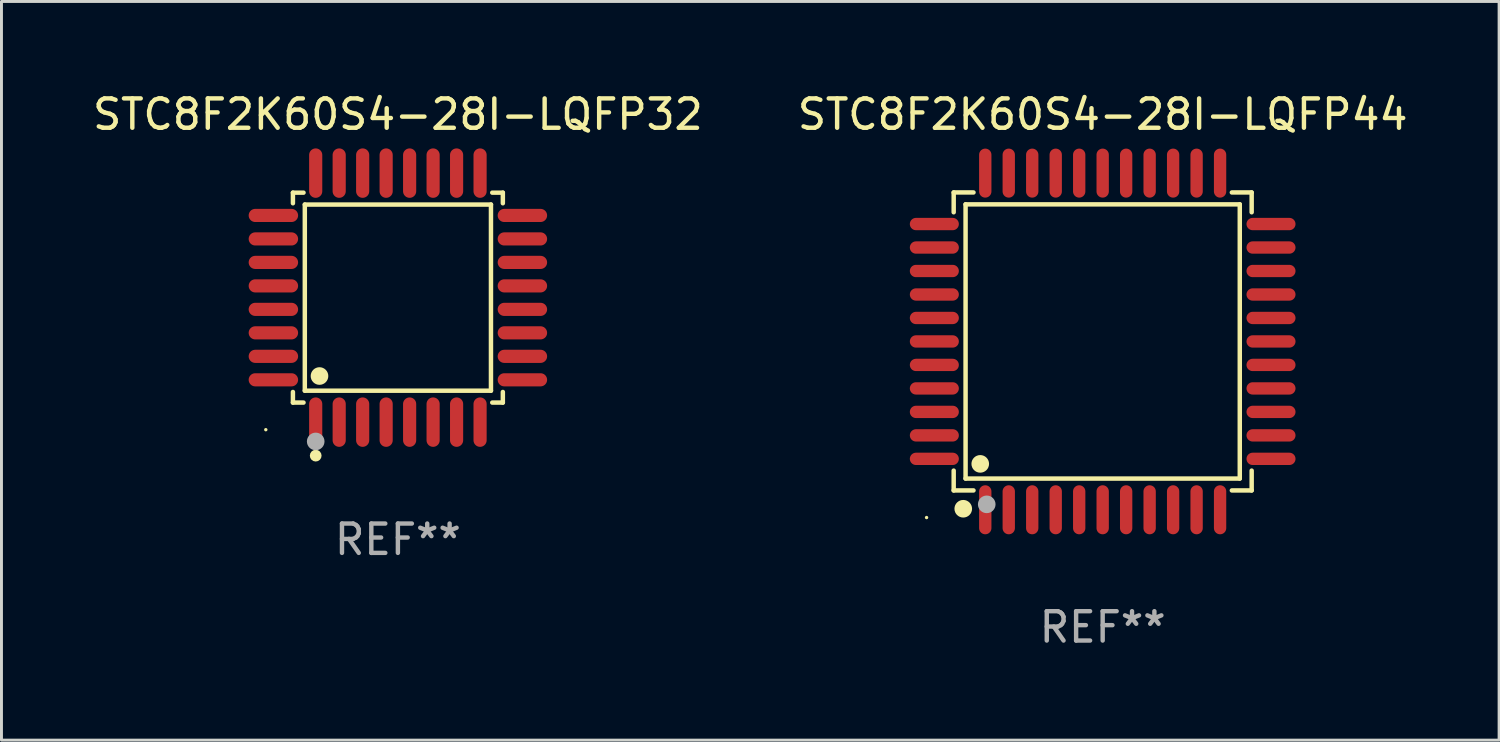
<source format=kicad_pcb>
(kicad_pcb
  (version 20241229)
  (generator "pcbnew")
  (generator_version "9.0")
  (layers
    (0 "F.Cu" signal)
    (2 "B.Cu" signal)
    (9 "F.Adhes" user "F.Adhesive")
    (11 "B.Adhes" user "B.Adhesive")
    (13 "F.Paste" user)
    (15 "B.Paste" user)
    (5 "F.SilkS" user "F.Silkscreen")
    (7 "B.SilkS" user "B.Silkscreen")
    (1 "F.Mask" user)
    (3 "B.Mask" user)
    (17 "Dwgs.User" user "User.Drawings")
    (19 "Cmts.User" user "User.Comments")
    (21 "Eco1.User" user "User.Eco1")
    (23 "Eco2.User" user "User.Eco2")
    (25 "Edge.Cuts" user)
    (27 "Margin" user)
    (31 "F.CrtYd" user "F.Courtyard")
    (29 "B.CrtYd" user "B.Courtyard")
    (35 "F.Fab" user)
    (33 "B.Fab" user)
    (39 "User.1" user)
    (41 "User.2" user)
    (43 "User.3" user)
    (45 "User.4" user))
  (footprint "STC8F2K60S4-28I-LQFP44"
    (layer "F.Cu")
    (at 34.518 8.583)
    (property "Reference" "STC8F2K60S4-28I-LQFP44" (at 0 -7.735 0) (layer "F.SilkS") (effects (font (size 1 1) (thickness 0.15))))
    (attr through_hole)
    (fp_line (start -5.076 -5.076) (end -4.401 -5.076) (stroke (width 0.152) (type solid)) (layer "F.SilkS"))
    (fp_line (start -5.076 -4.401) (end -5.076 -5.076) (stroke (width 0.152) (type solid)) (layer "F.SilkS"))
    (fp_line (start -5.076 4.401) (end -5.076 5.076) (stroke (width 0.152) (type solid)) (layer "F.SilkS"))
    (fp_line (start -5.076 5.076) (end -4.401 5.076) (stroke (width 0.152) (type solid)) (layer "F.SilkS"))
    (fp_line (start -4.671 -4.671) (end 4.671 -4.671) (stroke (width 0.152) (type solid)) (layer "F.SilkS"))
    (fp_line (start -4.671 4.671) (end -4.671 -4.671) (stroke (width 0.152) (type solid)) (layer "F.SilkS"))
    (fp_line (start 4.671 -4.671) (end 4.671 4.671) (stroke (width 0.152) (type solid)) (layer "F.SilkS"))
    (fp_line (start 4.671 4.671) (end -4.671 4.671) (stroke (width 0.152) (type solid)) (layer "F.SilkS"))
    (fp_line (start 5.076 -5.076) (end 4.401 -5.076) (stroke (width 0.152) (type solid)) (layer "F.SilkS"))
    (fp_line (start 5.076 -4.401) (end 5.076 -5.076) (stroke (width 0.152) (type solid)) (layer "F.SilkS"))
    (fp_line (start 5.076 4.401) (end 5.076 5.076) (stroke (width 0.152) (type solid)) (layer "F.SilkS"))
    (fp_line (start 5.076 5.076) (end 4.401 5.076) (stroke (width 0.152) (type solid)) (layer "F.SilkS"))
    (fp_circle (center -6 6) (end -5.97 6) (stroke (width 0.06) (type solid)) (fill no) (layer "F.SilkS"))
    (fp_circle (center -4.75 5.7) (end -4.6 5.7) (stroke (width 0.3) (type solid)) (fill no) (layer "F.SilkS"))
    (fp_circle (center -4.171 4.171) (end -4.021 4.171) (stroke (width 0.3) (type solid)) (fill no) (layer "F.SilkS"))
    (fp_circle (center -3.95 5.55) (end -3.8 5.55) (stroke (width 0.3) (type solid)) (fill no) (layer "F.Fab"))
    (fp_text user "REF**" (at 0 9.735 0) (layer "F.Fab") (effects (font (size 1 1) (thickness 0.15))))
    (pad "1" smd oval (at -4 5.735) (size 0.42 1.67) (layers "F.Cu" "F.Mask" "F.Paste"))
    (pad "2" smd oval (at -3.2 5.735) (size 0.42 1.67) (layers "F.Cu" "F.Mask" "F.Paste"))
    (pad "3" smd oval (at -2.4 5.735) (size 0.42 1.67) (layers "F.Cu" "F.Mask" "F.Paste"))
    (pad "4" smd oval (at -1.6 5.735) (size 0.42 1.67) (layers "F.Cu" "F.Mask" "F.Paste"))
    (pad "5" smd oval (at -0.8 5.735) (size 0.42 1.67) (layers "F.Cu" "F.Mask" "F.Paste"))
    (pad "6" smd oval (at 0 5.735) (size 0.42 1.67) (layers "F.Cu" "F.Mask" "F.Paste"))
    (pad "7" smd oval (at 0.8 5.735) (size 0.42 1.67) (layers "F.Cu" "F.Mask" "F.Paste"))
    (pad "8" smd oval (at 1.6 5.735) (size 0.42 1.67) (layers "F.Cu" "F.Mask" "F.Paste"))
    (pad "9" smd oval (at 2.4 5.735) (size 0.42 1.67) (layers "F.Cu" "F.Mask" "F.Paste"))
    (pad "10" smd oval (at 3.2 5.735) (size 0.42 1.67) (layers "F.Cu" "F.Mask" "F.Paste"))
    (pad "11" smd oval (at 4 5.735) (size 0.42 1.67) (layers "F.Cu" "F.Mask" "F.Paste"))
    (pad "12" smd oval (at 5.735 4) (size 1.67 0.42) (layers "F.Cu" "F.Mask" "F.Paste"))
    (pad "13" smd oval (at 5.735 3.2) (size 1.67 0.42) (layers "F.Cu" "F.Mask" "F.Paste"))
    (pad "14" smd oval (at 5.735 2.4) (size 1.67 0.42) (layers "F.Cu" "F.Mask" "F.Paste"))
    (pad "15" smd oval (at 5.735 1.6) (size 1.67 0.42) (layers "F.Cu" "F.Mask" "F.Paste"))
    (pad "16" smd oval (at 5.735 0.8) (size 1.67 0.42) (layers "F.Cu" "F.Mask" "F.Paste"))
    (pad "17" smd oval (at 5.735 0) (size 1.67 0.42) (layers "F.Cu" "F.Mask" "F.Paste"))
    (pad "18" smd oval (at 5.735 -0.8) (size 1.67 0.42) (layers "F.Cu" "F.Mask" "F.Paste"))
    (pad "19" smd oval (at 5.735 -1.6) (size 1.67 0.42) (layers "F.Cu" "F.Mask" "F.Paste"))
    (pad "20" smd oval (at 5.735 -2.4) (size 1.67 0.42) (layers "F.Cu" "F.Mask" "F.Paste"))
    (pad "21" smd oval (at 5.735 -3.2) (size 1.67 0.42) (layers "F.Cu" "F.Mask" "F.Paste"))
    (pad "22" smd oval (at 5.735 -4) (size 1.67 0.42) (layers "F.Cu" "F.Mask" "F.Paste"))
    (pad "23" smd oval (at 4 -5.735) (size 0.42 1.67) (layers "F.Cu" "F.Mask" "F.Paste"))
    (pad "24" smd oval (at 3.2 -5.735) (size 0.42 1.67) (layers "F.Cu" "F.Mask" "F.Paste"))
    (pad "25" smd oval (at 2.4 -5.735) (size 0.42 1.67) (layers "F.Cu" "F.Mask" "F.Paste"))
    (pad "26" smd oval (at 1.6 -5.735) (size 0.42 1.67) (layers "F.Cu" "F.Mask" "F.Paste"))
    (pad "27" smd oval (at 0.8 -5.735) (size 0.42 1.67) (layers "F.Cu" "F.Mask" "F.Paste"))
    (pad "28" smd oval (at 0 -5.735) (size 0.42 1.67) (layers "F.Cu" "F.Mask" "F.Paste"))
    (pad "29" smd oval (at -0.8 -5.735) (size 0.42 1.67) (layers "F.Cu" "F.Mask" "F.Paste"))
    (pad "30" smd oval (at -1.6 -5.735) (size 0.42 1.67) (layers "F.Cu" "F.Mask" "F.Paste"))
    (pad "31" smd oval (at -2.4 -5.735) (size 0.42 1.67) (layers "F.Cu" "F.Mask" "F.Paste"))
    (pad "32" smd oval (at -3.2 -5.735) (size 0.42 1.67) (layers "F.Cu" "F.Mask" "F.Paste"))
    (pad "33" smd oval (at -4 -5.735) (size 0.42 1.67) (layers "F.Cu" "F.Mask" "F.Paste"))
    (pad "34" smd oval (at -5.735 -4) (size 1.67 0.42) (layers "F.Cu" "F.Mask" "F.Paste"))
    (pad "35" smd oval (at -5.735 -3.2) (size 1.67 0.42) (layers "F.Cu" "F.Mask" "F.Paste"))
    (pad "36" smd oval (at -5.735 -2.4) (size 1.67 0.42) (layers "F.Cu" "F.Mask" "F.Paste"))
    (pad "37" smd oval (at -5.735 -1.6) (size 1.67 0.42) (layers "F.Cu" "F.Mask" "F.Paste"))
    (pad "38" smd oval (at -5.735 -0.8) (size 1.67 0.42) (layers "F.Cu" "F.Mask" "F.Paste"))
    (pad "39" smd oval (at -5.735 0) (size 1.67 0.42) (layers "F.Cu" "F.Mask" "F.Paste"))
    (pad "40" smd oval (at -5.735 0.8) (size 1.67 0.42) (layers "F.Cu" "F.Mask" "F.Paste"))
    (pad "41" smd oval (at -5.735 1.6) (size 1.67 0.42) (layers "F.Cu" "F.Mask" "F.Paste"))
    (pad "42" smd oval (at -5.735 2.4) (size 1.67 0.42) (layers "F.Cu" "F.Mask" "F.Paste"))
    (pad "43" smd oval (at -5.735 3.2) (size 1.67 0.42) (layers "F.Cu" "F.Mask" "F.Paste"))
    (pad "44" smd oval (at -5.735 4) (size 1.67 0.42) (layers "F.Cu" "F.Mask" "F.Paste")))
  (footprint "STC8F2K60S4-28I-LQFP32"
    (layer "F.Cu")
    (at 10.506 7.09)
    (property "Reference" "STC8F2K60S4-28I-LQFP32" (at 0 -6.242 0) (layer "F.SilkS") (effects (font (size 1 1) (thickness 0.15))))
    (attr through_hole)
    (fp_line (start -3.576 -3.576) (end -3.215 -3.576) (stroke (width 0.152) (type solid)) (layer "F.SilkS"))
    (fp_line (start -3.576 -3.215) (end -3.576 -3.576) (stroke (width 0.152) (type solid)) (layer "F.SilkS"))
    (fp_line (start -3.576 3.215) (end -3.576 3.576) (stroke (width 0.152) (type solid)) (layer "F.SilkS"))
    (fp_line (start -3.576 3.576) (end -3.215 3.576) (stroke (width 0.152) (type solid)) (layer "F.SilkS"))
    (fp_line (start -3.171 -3.171) (end 3.171 -3.171) (stroke (width 0.152) (type solid)) (layer "F.SilkS"))
    (fp_line (start -3.171 3.171) (end -3.171 -3.171) (stroke (width 0.152) (type solid)) (layer "F.SilkS"))
    (fp_line (start 3.171 -3.171) (end 3.171 3.171) (stroke (width 0.152) (type solid)) (layer "F.SilkS"))
    (fp_line (start 3.171 3.171) (end -3.171 3.171) (stroke (width 0.152) (type solid)) (layer "F.SilkS"))
    (fp_line (start 3.576 -3.576) (end 3.215 -3.576) (stroke (width 0.152) (type solid)) (layer "F.SilkS"))
    (fp_line (start 3.576 -3.215) (end 3.576 -3.576) (stroke (width 0.152) (type solid)) (layer "F.SilkS"))
    (fp_line (start 3.576 3.215) (end 3.576 3.576) (stroke (width 0.152) (type solid)) (layer "F.SilkS"))
    (fp_line (start 3.576 3.576) (end 3.215 3.576) (stroke (width 0.152) (type solid)) (layer "F.SilkS"))
    (fp_circle (center -4.5 4.5) (end -4.47 4.5) (stroke (width 0.06) (type solid)) (fill no) (layer "F.SilkS"))
    (fp_circle (center -2.8 5.384) (end -2.7 5.384) (stroke (width 0.2) (type solid)) (fill no) (layer "F.SilkS"))
    (fp_circle (center -2.671 2.671) (end -2.521 2.671) (stroke (width 0.3) (type solid)) (fill no) (layer "F.SilkS"))
    (fp_circle (center -2.8 4.9) (end -2.65 4.9) (stroke (width 0.3) (type solid)) (fill no) (layer "F.Fab"))
    (fp_text user "REF**" (at 0 8.242 0) (layer "F.Fab") (effects (font (size 1 1) (thickness 0.15))))
    (pad "1" smd oval (at -2.8 4.242) (size 0.448 1.684) (layers "F.Cu" "F.Mask" "F.Paste"))
    (pad "2" smd oval (at -2 4.242) (size 0.448 1.684) (layers "F.Cu" "F.Mask" "F.Paste"))
    (pad "3" smd oval (at -1.2 4.242) (size 0.448 1.684) (layers "F.Cu" "F.Mask" "F.Paste"))
    (pad "4" smd oval (at -0.4 4.242) (size 0.448 1.684) (layers "F.Cu" "F.Mask" "F.Paste"))
    (pad "5" smd oval (at 0.4 4.242) (size 0.448 1.684) (layers "F.Cu" "F.Mask" "F.Paste"))
    (pad "6" smd oval (at 1.2 4.242) (size 0.448 1.684) (layers "F.Cu" "F.Mask" "F.Paste"))
    (pad "7" smd oval (at 2 4.242) (size 0.448 1.684) (layers "F.Cu" "F.Mask" "F.Paste"))
    (pad "8" smd oval (at 2.8 4.242) (size 0.448 1.684) (layers "F.Cu" "F.Mask" "F.Paste"))
    (pad "9" smd oval (at 4.242 2.8) (size 1.684 0.448) (layers "F.Cu" "F.Mask" "F.Paste"))
    (pad "10" smd oval (at 4.242 2) (size 1.684 0.448) (layers "F.Cu" "F.Mask" "F.Paste"))
    (pad "11" smd oval (at 4.242 1.2) (size 1.684 0.448) (layers "F.Cu" "F.Mask" "F.Paste"))
    (pad "12" smd oval (at 4.242 0.4) (size 1.684 0.448) (layers "F.Cu" "F.Mask" "F.Paste"))
    (pad "13" smd oval (at 4.242 -0.4) (size 1.684 0.448) (layers "F.Cu" "F.Mask" "F.Paste"))
    (pad "14" smd oval (at 4.242 -1.2) (size 1.684 0.448) (layers "F.Cu" "F.Mask" "F.Paste"))
    (pad "15" smd oval (at 4.242 -2) (size 1.684 0.448) (layers "F.Cu" "F.Mask" "F.Paste"))
    (pad "16" smd oval (at 4.242 -2.8) (size 1.684 0.448) (layers "F.Cu" "F.Mask" "F.Paste"))
    (pad "17" smd oval (at 2.8 -4.242) (size 0.448 1.684) (layers "F.Cu" "F.Mask" "F.Paste"))
    (pad "18" smd oval (at 2 -4.242) (size 0.448 1.684) (layers "F.Cu" "F.Mask" "F.Paste"))
    (pad "19" smd oval (at 1.2 -4.242) (size 0.448 1.684) (layers "F.Cu" "F.Mask" "F.Paste"))
    (pad "20" smd oval (at 0.4 -4.242) (size 0.448 1.684) (layers "F.Cu" "F.Mask" "F.Paste"))
    (pad "21" smd oval (at -0.4 -4.242) (size 0.448 1.684) (layers "F.Cu" "F.Mask" "F.Paste"))
    (pad "22" smd oval (at -1.2 -4.242) (size 0.448 1.684) (layers "F.Cu" "F.Mask" "F.Paste"))
    (pad "23" smd oval (at -2 -4.242) (size 0.448 1.684) (layers "F.Cu" "F.Mask" "F.Paste"))
    (pad "24" smd oval (at -2.8 -4.242) (size 0.448 1.684) (layers "F.Cu" "F.Mask" "F.Paste"))
    (pad "25" smd oval (at -4.242 -2.8) (size 1.684 0.448) (layers "F.Cu" "F.Mask" "F.Paste"))
    (pad "26" smd oval (at -4.242 -2) (size 1.684 0.448) (layers "F.Cu" "F.Mask" "F.Paste"))
    (pad "27" smd oval (at -4.242 -1.2) (size 1.684 0.448) (layers "F.Cu" "F.Mask" "F.Paste"))
    (pad "28" smd oval (at -4.242 -0.4) (size 1.684 0.448) (layers "F.Cu" "F.Mask" "F.Paste"))
    (pad "29" smd oval (at -4.242 0.4) (size 1.684 0.448) (layers "F.Cu" "F.Mask" "F.Paste"))
    (pad "30" smd oval (at -4.242 1.2) (size 1.684 0.448) (layers "F.Cu" "F.Mask" "F.Paste"))
    (pad "31" smd oval (at -4.242 2) (size 1.684 0.448) (layers "F.Cu" "F.Mask" "F.Paste"))
    (pad "32" smd oval (at -4.242 2.8) (size 1.684 0.448) (layers "F.Cu" "F.Mask" "F.Paste")))
  (gr_rect
    (start -3 -3)
    (end 48.024 22.167)
    (stroke (width 0.1) (type default))
    (fill no)
    (layer "Edge.Cuts")))
</source>
